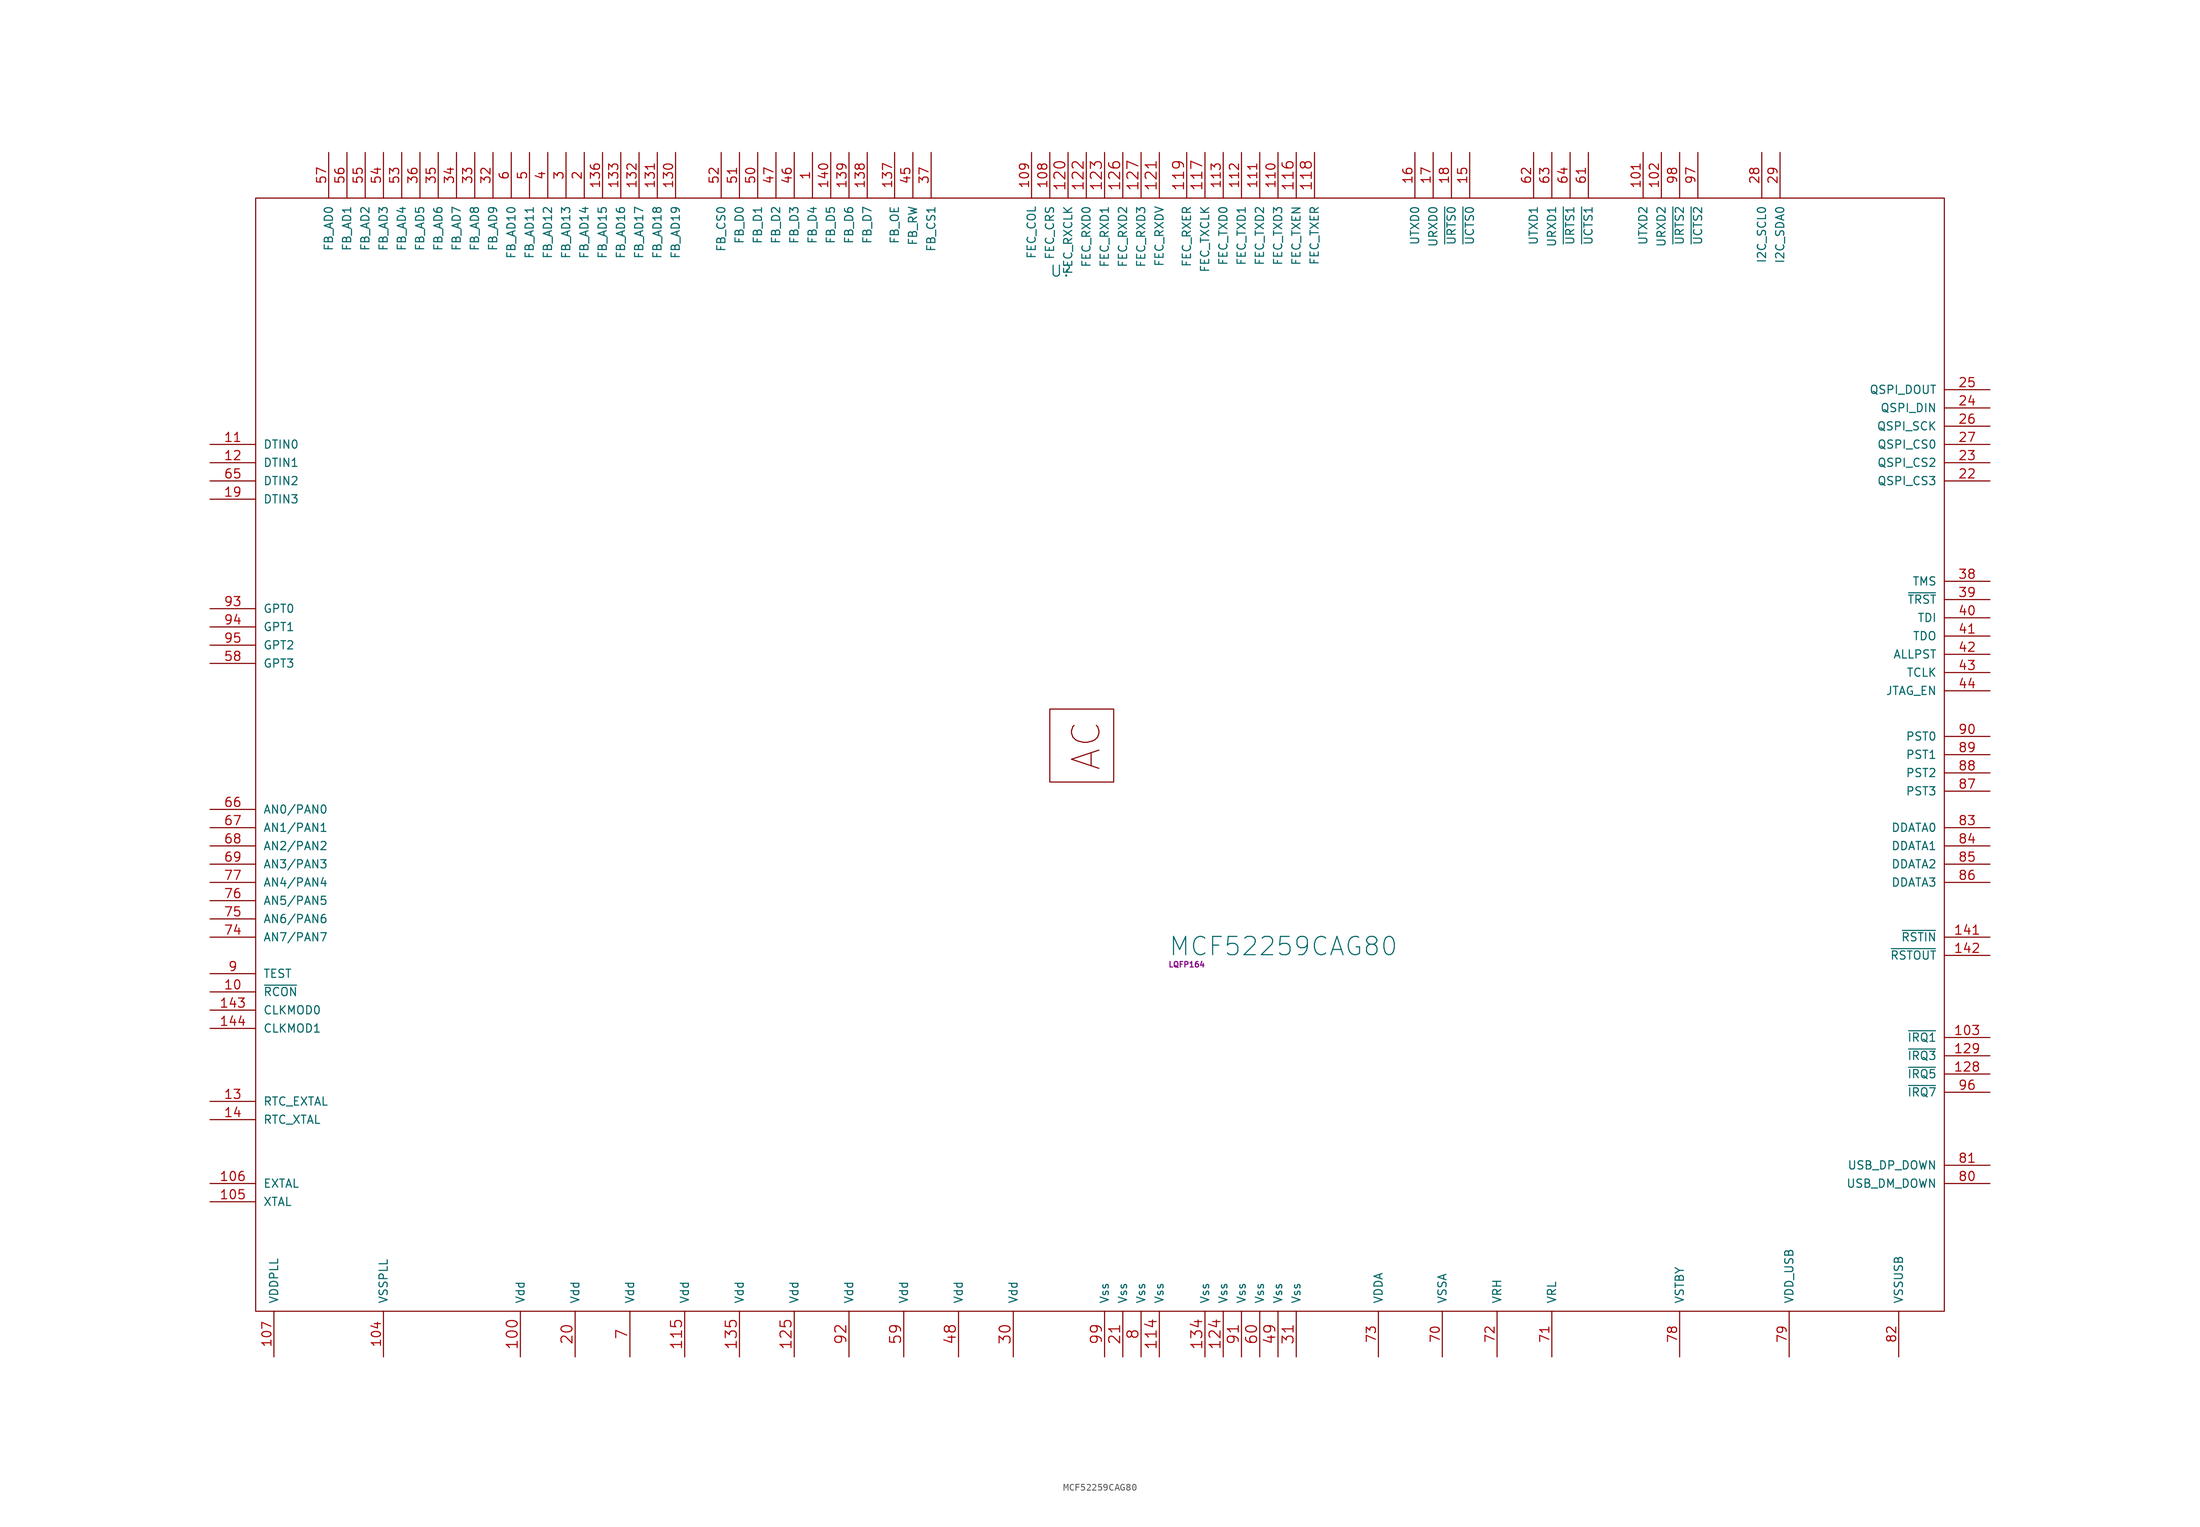
<source format=kicad_sym>
(kicad_symbol_lib
  (version 20220914)
  (generator kicad_symbol_editor)
  (symbol "MCF52259CAG80"
    (pin_names
      (offset 1.016))
    (property "Reference" "U"
      (at -5.08 66.04 0)
      (effects (font (size 1.524 1.524)) (justify left)))
    (property "Value" "MCF52259CAG80"
      (at 11.43 -27.94 0)
      (effects (font (size 2.54 2.54)) (justify left)))
    (property "Footprint" "LQFP164"
      (at 13.97 -30.48 0)
      (effects (font (size 0.762 0.762))))
    (property "Datasheet" ""
      (at 0 0 0)
      (effects (font (size 1.524 1.524))))
    (symbol "MCF52259CAG80_0_0"
      (polyline (pts (xy 3.81 -5.08) (xy -5.08 -5.08) (xy -5.08 5.08) (xy 3.81 5.08) (xy 3.81 -5.08) (xy 3.81 -5.08)) (stroke (width 0) (type default)) (fill (type none)))
      (text "AC" (at 0 0 900) (effects (font (size 3.81 3.81)))))
    (symbol "MCF52259CAG80_0_1"
      (polyline (pts (xy -113.03 76.2) (xy 119.38 76.2) (xy 119.38 -78.74) (xy -115.57 -78.74) (xy -115.57 76.2) (xy -113.03 76.2) (xy -113.03 76.2)) (stroke (width 0) (type default)) (fill (type none))))
    (symbol "MCF52259CAG80_1_1"
      (pin bidirectional line (at -38.1 82.55 270) (length 6.35) (name "FB_D4" (effects (font (size 1.143 1.143)))) (number "1" (effects (font (size 1.27 1.27)))))
      (pin input line (at -121.92 -34.29 0) (length 6.35) (name "~{RCON}" (effects (font (size 1.143 1.143)))) (number "10" (effects (font (size 1.27 1.27)))))
      (pin power_in line (at -78.74 -85.09 90) (length 6.35) (name "Vdd" (effects (font (size 1.143 1.143)))) (number "100" (effects (font (size 1.524 1.524)))))
      (pin bidirectional line (at 77.47 82.55 270) (length 6.35) (name "UTXD2" (effects (font (size 1.143 1.143)))) (number "101" (effects (font (size 1.27 1.27)))))
      (pin bidirectional line (at 80.01 82.55 270) (length 6.35) (name "URXD2" (effects (font (size 1.143 1.143)))) (number "102" (effects (font (size 1.27 1.27)))))
      (pin bidirectional line (at 125.73 -40.64 180) (length 6.35) (name "~{IRQ1}" (effects (font (size 1.143 1.143)))) (number "103" (effects (font (size 1.27 1.27)))))
      (pin passive line (at -97.79 -85.09 90) (length 6.35) (name "VSSPLL" (effects (font (size 1.143 1.143)))) (number "104" (effects (font (size 1.27 1.27)))))
      (pin bidirectional line (at -121.92 -63.5 0) (length 6.35) (name "XTAL" (effects (font (size 1.143 1.143)))) (number "105" (effects (font (size 1.27 1.27)))))
      (pin bidirectional line (at -121.92 -60.96 0) (length 6.35) (name "EXTAL" (effects (font (size 1.143 1.143)))) (number "106" (effects (font (size 1.27 1.27)))))
      (pin passive line (at -113.03 -85.09 90) (length 6.35) (name "VDDPLL" (effects (font (size 1.143 1.143)))) (number "107" (effects (font (size 1.27 1.27)))))
      (pin passive line (at -5.08 82.55 270) (length 6.35) (name "FEC_CRS" (effects (font (size 1.143 1.143)))) (number "108" (effects (font (size 1.27 1.27)))))
      (pin passive line (at -7.62 82.55 270) (length 6.35) (name "FEC_COL" (effects (font (size 1.143 1.143)))) (number "109" (effects (font (size 1.27 1.27)))))
      (pin bidirectional line (at -121.92 41.91 0) (length 6.35) (name "DTIN0" (effects (font (size 1.143 1.143)))) (number "11" (effects (font (size 1.27 1.27)))))
      (pin passive line (at 26.67 82.55 270) (length 6.35) (name "FEC_TXD3" (effects (font (size 1.143 1.143)))) (number "110" (effects (font (size 1.27 1.27)))))
      (pin passive line (at 24.13 82.55 270) (length 6.35) (name "FEC_TXD2" (effects (font (size 1.143 1.143)))) (number "111" (effects (font (size 1.27 1.27)))))
      (pin passive line (at 21.59 82.55 270) (length 6.35) (name "FEC_TXD1" (effects (font (size 1.143 1.143)))) (number "112" (effects (font (size 1.27 1.27)))))
      (pin passive line (at 19.05 82.55 270) (length 6.35) (name "FEC_TXD0" (effects (font (size 1.143 1.143)))) (number "113" (effects (font (size 1.27 1.27)))))
      (pin power_in line (at 10.16 -85.09 90) (length 6.35) (name "Vss" (effects (font (size 1.143 1.143)))) (number "114" (effects (font (size 1.524 1.524)))))
      (pin power_in line (at -55.88 -85.09 90) (length 6.35) (name "Vdd" (effects (font (size 1.143 1.143)))) (number "115" (effects (font (size 1.524 1.524)))))
      (pin passive line (at 29.21 82.55 270) (length 6.35) (name "FEC_TXEN" (effects (font (size 1.143 1.143)))) (number "116" (effects (font (size 1.524 1.524)))))
      (pin passive line (at 16.51 82.55 270) (length 6.35) (name "FEC_TXCLK" (effects (font (size 1.143 1.143)))) (number "117" (effects (font (size 1.524 1.524)))))
      (pin passive line (at 31.75 82.55 270) (length 6.35) (name "FEC_TXER" (effects (font (size 1.143 1.143)))) (number "118" (effects (font (size 1.524 1.524)))))
      (pin passive line (at 13.97 82.55 270) (length 6.35) (name "FEC_RXER" (effects (font (size 1.143 1.143)))) (number "119" (effects (font (size 1.524 1.524)))))
      (pin bidirectional line (at -121.92 39.37 0) (length 6.35) (name "DTIN1" (effects (font (size 1.143 1.143)))) (number "12" (effects (font (size 1.27 1.27)))))
      (pin passive line (at -2.54 82.55 270) (length 6.35) (name "FEC_RXCLK" (effects (font (size 1.143 1.143)))) (number "120" (effects (font (size 1.524 1.524)))))
      (pin passive line (at 10.16 82.55 270) (length 6.35) (name "FEC_RXDV" (effects (font (size 1.143 1.143)))) (number "121" (effects (font (size 1.524 1.524)))))
      (pin passive line (at 0 82.55 270) (length 6.35) (name "FEC_RXD0" (effects (font (size 1.143 1.143)))) (number "122" (effects (font (size 1.524 1.524)))))
      (pin passive line (at 2.54 82.55 270) (length 6.35) (name "FEC_RXD1" (effects (font (size 1.143 1.143)))) (number "123" (effects (font (size 1.524 1.524)))))
      (pin power_in line (at 19.05 -85.09 90) (length 6.35) (name "Vss" (effects (font (size 1.143 1.143)))) (number "124" (effects (font (size 1.524 1.524)))))
      (pin power_in line (at -40.64 -85.09 90) (length 6.35) (name "Vdd" (effects (font (size 1.143 1.143)))) (number "125" (effects (font (size 1.524 1.524)))))
      (pin passive line (at 5.08 82.55 270) (length 6.35) (name "FEC_RXD2" (effects (font (size 1.143 1.143)))) (number "126" (effects (font (size 1.524 1.524)))))
      (pin passive line (at 7.62 82.55 270) (length 6.35) (name "FEC_RXD3" (effects (font (size 1.143 1.143)))) (number "127" (effects (font (size 1.524 1.524)))))
      (pin bidirectional line (at 125.73 -45.72 180) (length 6.35) (name "~{IRQ5}" (effects (font (size 1.143 1.143)))) (number "128" (effects (font (size 1.27 1.27)))))
      (pin bidirectional line (at 125.73 -43.18 180) (length 6.35) (name "~{IRQ3}" (effects (font (size 1.143 1.143)))) (number "129" (effects (font (size 1.27 1.27)))))
      (pin bidirectional line (at -121.92 -49.53 0) (length 6.35) (name "RTC_EXTAL" (effects (font (size 1.143 1.143)))) (number "13" (effects (font (size 1.27 1.27)))))
      (pin bidirectional line (at -57.15 82.55 270) (length 6.35) (name "FB_AD19" (effects (font (size 1.143 1.143)))) (number "130" (effects (font (size 1.27 1.27)))))
      (pin bidirectional line (at -59.69 82.55 270) (length 6.35) (name "FB_AD18" (effects (font (size 1.143 1.143)))) (number "131" (effects (font (size 1.27 1.27)))))
      (pin bidirectional line (at -62.23 82.55 270) (length 6.35) (name "FB_AD17" (effects (font (size 1.143 1.143)))) (number "132" (effects (font (size 1.27 1.27)))))
      (pin bidirectional line (at -64.77 82.55 270) (length 6.35) (name "FB_AD16" (effects (font (size 1.143 1.143)))) (number "133" (effects (font (size 1.27 1.27)))))
      (pin power_in line (at 16.51 -85.09 90) (length 6.35) (name "Vss" (effects (font (size 1.143 1.143)))) (number "134" (effects (font (size 1.524 1.524)))))
      (pin passive line (at -48.26 -85.09 90) (length 6.35) (name "Vdd" (effects (font (size 1.143 1.143)))) (number "135" (effects (font (size 1.524 1.524)))))
      (pin bidirectional line (at -67.31 82.55 270) (length 6.35) (name "FB_AD15" (effects (font (size 1.143 1.143)))) (number "136" (effects (font (size 1.27 1.27)))))
      (pin bidirectional line (at -26.67 82.55 270) (length 6.35) (name "FB_OE" (effects (font (size 1.143 1.143)))) (number "137" (effects (font (size 1.27 1.27)))))
      (pin bidirectional line (at -30.48 82.55 270) (length 6.35) (name "FB_D7" (effects (font (size 1.143 1.143)))) (number "138" (effects (font (size 1.27 1.27)))))
      (pin bidirectional line (at -33.02 82.55 270) (length 6.35) (name "FB_D6" (effects (font (size 1.143 1.143)))) (number "139" (effects (font (size 1.27 1.27)))))
      (pin bidirectional line (at -121.92 -52.07 0) (length 6.35) (name "RTC_XTAL" (effects (font (size 1.143 1.143)))) (number "14" (effects (font (size 1.27 1.27)))))
      (pin bidirectional line (at -35.56 82.55 270) (length 6.35) (name "FB_D5" (effects (font (size 1.143 1.143)))) (number "140" (effects (font (size 1.27 1.27)))))
      (pin input line (at 125.73 -26.67 180) (length 6.35) (name "~{RSTIN}" (effects (font (size 1.143 1.143)))) (number "141" (effects (font (size 1.27 1.27)))))
      (pin bidirectional line (at 125.73 -29.21 180) (length 6.35) (name "~{RSTOUT}" (effects (font (size 1.143 1.143)))) (number "142" (effects (font (size 1.27 1.27)))))
      (pin input line (at -121.92 -36.83 0) (length 6.35) (name "CLKMOD0" (effects (font (size 1.143 1.143)))) (number "143" (effects (font (size 1.27 1.27)))))
      (pin input line (at -121.92 -39.37 0) (length 6.35) (name "CLKMOD1" (effects (font (size 1.143 1.143)))) (number "144" (effects (font (size 1.27 1.27)))))
      (pin bidirectional line (at 53.34 82.55 270) (length 6.35) (name "~{UCTS0}" (effects (font (size 1.143 1.143)))) (number "15" (effects (font (size 1.27 1.27)))))
      (pin bidirectional line (at 45.72 82.55 270) (length 6.35) (name "UTXD0" (effects (font (size 1.143 1.143)))) (number "16" (effects (font (size 1.27 1.27)))))
      (pin bidirectional line (at 48.26 82.55 270) (length 6.35) (name "URXD0" (effects (font (size 1.143 1.143)))) (number "17" (effects (font (size 1.27 1.27)))))
      (pin bidirectional line (at 50.8 82.55 270) (length 6.35) (name "~{URTS0}" (effects (font (size 1.143 1.143)))) (number "18" (effects (font (size 1.27 1.27)))))
      (pin bidirectional line (at -121.92 34.29 0) (length 6.35) (name "DTIN3" (effects (font (size 1.143 1.143)))) (number "19" (effects (font (size 1.27 1.27)))))
      (pin bidirectional line (at -69.85 82.55 270) (length 6.35) (name "FB_AD14" (effects (font (size 1.143 1.143)))) (number "2" (effects (font (size 1.27 1.27)))))
      (pin power_in line (at -71.12 -85.09 90) (length 6.35) (name "Vdd" (effects (font (size 1.143 1.143)))) (number "20" (effects (font (size 1.524 1.524)))))
      (pin power_in line (at 5.08 -85.09 90) (length 6.35) (name "Vss" (effects (font (size 1.143 1.143)))) (number "21" (effects (font (size 1.524 1.524)))))
      (pin passive line (at 125.73 36.83 180) (length 6.35) (name "QSPI_CS3" (effects (font (size 1.143 1.143)))) (number "22" (effects (font (size 1.27 1.27)))))
      (pin passive line (at 125.73 39.37 180) (length 6.35) (name "QSPI_CS2" (effects (font (size 1.143 1.143)))) (number "23" (effects (font (size 1.27 1.27)))))
      (pin passive line (at 125.73 46.99 180) (length 6.35) (name "QSPI_DIN" (effects (font (size 1.143 1.143)))) (number "24" (effects (font (size 1.27 1.27)))))
      (pin passive line (at 125.73 49.53 180) (length 6.35) (name "QSPI_DOUT" (effects (font (size 1.143 1.143)))) (number "25" (effects (font (size 1.27 1.27)))))
      (pin passive line (at 125.73 44.45 180) (length 6.35) (name "QSPI_SCK" (effects (font (size 1.143 1.143)))) (number "26" (effects (font (size 1.27 1.27)))))
      (pin passive line (at 125.73 41.91 180) (length 6.35) (name "QSPI_CS0" (effects (font (size 1.143 1.143)))) (number "27" (effects (font (size 1.27 1.27)))))
      (pin bidirectional line (at 93.98 82.55 270) (length 6.35) (name "I2C_SCL0" (effects (font (size 1.143 1.143)))) (number "28" (effects (font (size 1.27 1.27)))))
      (pin bidirectional line (at 96.52 82.55 270) (length 6.35) (name "I2C_SDA0" (effects (font (size 1.143 1.143)))) (number "29" (effects (font (size 1.27 1.27)))))
      (pin bidirectional line (at -72.39 82.55 270) (length 6.35) (name "FB_AD13" (effects (font (size 1.143 1.143)))) (number "3" (effects (font (size 1.27 1.27)))))
      (pin power_in line (at -10.16 -85.09 90) (length 6.35) (name "Vdd" (effects (font (size 1.143 1.143)))) (number "30" (effects (font (size 1.524 1.524)))))
      (pin power_in line (at 29.21 -85.09 90) (length 6.35) (name "Vss" (effects (font (size 1.143 1.143)))) (number "31" (effects (font (size 1.524 1.524)))))
      (pin bidirectional line (at -82.55 82.55 270) (length 6.35) (name "FB_AD9" (effects (font (size 1.143 1.143)))) (number "32" (effects (font (size 1.27 1.27)))))
      (pin bidirectional line (at -85.09 82.55 270) (length 6.35) (name "FB_AD8" (effects (font (size 1.143 1.143)))) (number "33" (effects (font (size 1.27 1.27)))))
      (pin bidirectional line (at -87.63 82.55 270) (length 6.35) (name "FB_AD7" (effects (font (size 1.143 1.143)))) (number "34" (effects (font (size 1.27 1.27)))))
      (pin bidirectional line (at -90.17 82.55 270) (length 6.35) (name "FB_AD6" (effects (font (size 1.143 1.143)))) (number "35" (effects (font (size 1.27 1.27)))))
      (pin bidirectional line (at -92.71 82.55 270) (length 6.35) (name "FB_AD5" (effects (font (size 1.143 1.143)))) (number "36" (effects (font (size 1.27 1.27)))))
      (pin bidirectional line (at -21.59 82.55 270) (length 6.35) (name "FB_CS1" (effects (font (size 1.143 1.143)))) (number "37" (effects (font (size 1.27 1.27)))))
      (pin input line (at 125.73 22.86 180) (length 6.35) (name "TMS" (effects (font (size 1.143 1.143)))) (number "38" (effects (font (size 1.27 1.27)))))
      (pin input line (at 125.73 20.32 180) (length 6.35) (name "~{TRST}" (effects (font (size 1.143 1.143)))) (number "39" (effects (font (size 1.27 1.27)))))
      (pin bidirectional line (at -74.93 82.55 270) (length 6.35) (name "FB_AD12" (effects (font (size 1.143 1.143)))) (number "4" (effects (font (size 1.27 1.27)))))
      (pin input line (at 125.73 17.78 180) (length 6.35) (name "TDI" (effects (font (size 1.143 1.143)))) (number "40" (effects (font (size 1.27 1.27)))))
      (pin bidirectional line (at 125.73 15.24 180) (length 6.35) (name "TDO" (effects (font (size 1.143 1.143)))) (number "41" (effects (font (size 1.27 1.27)))))
      (pin bidirectional line (at 125.73 12.7 180) (length 6.35) (name "ALLPST" (effects (font (size 1.143 1.143)))) (number "42" (effects (font (size 1.27 1.27)))))
      (pin input line (at 125.73 10.16 180) (length 6.35) (name "TCLK" (effects (font (size 1.143 1.143)))) (number "43" (effects (font (size 1.27 1.27)))))
      (pin input line (at 125.73 7.62 180) (length 6.35) (name "JTAG_EN" (effects (font (size 1.143 1.143)))) (number "44" (effects (font (size 1.27 1.27)))))
      (pin bidirectional line (at -24.13 82.55 270) (length 6.35) (name "FB_RW" (effects (font (size 1.143 1.143)))) (number "45" (effects (font (size 1.27 1.27)))))
      (pin bidirectional line (at -40.64 82.55 270) (length 6.35) (name "FB_D3" (effects (font (size 1.143 1.143)))) (number "46" (effects (font (size 1.27 1.27)))))
      (pin bidirectional line (at -43.18 82.55 270) (length 6.35) (name "FB_D2" (effects (font (size 1.143 1.143)))) (number "47" (effects (font (size 1.27 1.27)))))
      (pin passive line (at -17.78 -85.09 90) (length 6.35) (name "Vdd" (effects (font (size 1.143 1.143)))) (number "48" (effects (font (size 1.524 1.524)))))
      (pin power_in line (at 26.67 -85.09 90) (length 6.35) (name "Vss" (effects (font (size 1.143 1.143)))) (number "49" (effects (font (size 1.524 1.524)))))
      (pin bidirectional line (at -77.47 82.55 270) (length 6.35) (name "FB_AD11" (effects (font (size 1.143 1.143)))) (number "5" (effects (font (size 1.27 1.27)))))
      (pin bidirectional line (at -45.72 82.55 270) (length 6.35) (name "FB_D1" (effects (font (size 1.143 1.143)))) (number "50" (effects (font (size 1.27 1.27)))))
      (pin bidirectional line (at -48.26 82.55 270) (length 6.35) (name "FB_D0" (effects (font (size 1.143 1.143)))) (number "51" (effects (font (size 1.27 1.27)))))
      (pin bidirectional line (at -50.8 82.55 270) (length 6.35) (name "FB_CS0" (effects (font (size 1.143 1.143)))) (number "52" (effects (font (size 1.27 1.27)))))
      (pin bidirectional line (at -95.25 82.55 270) (length 6.35) (name "FB_AD4" (effects (font (size 1.143 1.143)))) (number "53" (effects (font (size 1.27 1.27)))))
      (pin bidirectional line (at -97.79 82.55 270) (length 6.35) (name "FB_AD3" (effects (font (size 1.143 1.143)))) (number "54" (effects (font (size 1.27 1.27)))))
      (pin bidirectional line (at -100.33 82.55 270) (length 6.35) (name "FB_AD2" (effects (font (size 1.143 1.143)))) (number "55" (effects (font (size 1.27 1.27)))))
      (pin bidirectional line (at -102.87 82.55 270) (length 6.35) (name "FB_AD1" (effects (font (size 1.143 1.143)))) (number "56" (effects (font (size 1.27 1.27)))))
      (pin bidirectional line (at -105.41 82.55 270) (length 6.35) (name "FB_AD0" (effects (font (size 1.143 1.143)))) (number "57" (effects (font (size 1.27 1.27)))))
      (pin bidirectional line (at -121.92 11.43 0) (length 6.35) (name "GPT3" (effects (font (size 1.143 1.143)))) (number "58" (effects (font (size 1.27 1.27)))))
      (pin power_in line (at -25.4 -85.09 90) (length 6.35) (name "Vdd" (effects (font (size 1.143 1.143)))) (number "59" (effects (font (size 1.524 1.524)))))
      (pin bidirectional line (at -80.01 82.55 270) (length 6.35) (name "FB_AD10" (effects (font (size 1.143 1.143)))) (number "6" (effects (font (size 1.27 1.27)))))
      (pin power_in line (at 24.13 -85.09 90) (length 6.35) (name "Vss" (effects (font (size 1.143 1.143)))) (number "60" (effects (font (size 1.524 1.524)))))
      (pin bidirectional line (at 69.85 82.55 270) (length 6.35) (name "~{UCTS1}" (effects (font (size 1.143 1.143)))) (number "61" (effects (font (size 1.27 1.27)))))
      (pin bidirectional line (at 62.23 82.55 270) (length 6.35) (name "UTXD1" (effects (font (size 1.143 1.143)))) (number "62" (effects (font (size 1.27 1.27)))))
      (pin bidirectional line (at 64.77 82.55 270) (length 6.35) (name "URXD1" (effects (font (size 1.143 1.143)))) (number "63" (effects (font (size 1.27 1.27)))))
      (pin bidirectional line (at 67.31 82.55 270) (length 6.35) (name "~{URTS1}" (effects (font (size 1.143 1.143)))) (number "64" (effects (font (size 1.27 1.27)))))
      (pin bidirectional line (at -121.92 36.83 0) (length 6.35) (name "DTIN2" (effects (font (size 1.143 1.143)))) (number "65" (effects (font (size 1.27 1.27)))))
      (pin bidirectional line (at -121.92 -8.89 0) (length 6.35) (name "AN0/PAN0" (effects (font (size 1.143 1.143)))) (number "66" (effects (font (size 1.27 1.27)))))
      (pin bidirectional line (at -121.92 -11.43 0) (length 6.35) (name "AN1/PAN1" (effects (font (size 1.143 1.143)))) (number "67" (effects (font (size 1.27 1.27)))))
      (pin bidirectional line (at -121.92 -13.97 0) (length 6.35) (name "AN2/PAN2" (effects (font (size 1.143 1.143)))) (number "68" (effects (font (size 1.27 1.27)))))
      (pin bidirectional line (at -121.92 -16.51 0) (length 6.35) (name "AN3/PAN3" (effects (font (size 1.143 1.143)))) (number "69" (effects (font (size 1.27 1.27)))))
      (pin power_in line (at -63.5 -85.09 90) (length 6.35) (name "Vdd" (effects (font (size 1.143 1.143)))) (number "7" (effects (font (size 1.524 1.524)))))
      (pin input line (at 49.53 -85.09 90) (length 6.35) (name "VSSA" (effects (font (size 1.143 1.143)))) (number "70" (effects (font (size 1.27 1.27)))))
      (pin input line (at 64.77 -85.09 90) (length 6.35) (name "VRL" (effects (font (size 1.143 1.143)))) (number "71" (effects (font (size 1.27 1.27)))))
      (pin input line (at 57.15 -85.09 90) (length 6.35) (name "VRH" (effects (font (size 1.143 1.143)))) (number "72" (effects (font (size 1.27 1.27)))))
      (pin input line (at 40.64 -85.09 90) (length 6.35) (name "VDDA" (effects (font (size 1.143 1.143)))) (number "73" (effects (font (size 1.27 1.27)))))
      (pin bidirectional line (at -121.92 -26.67 0) (length 6.35) (name "AN7/PAN7" (effects (font (size 1.143 1.143)))) (number "74" (effects (font (size 1.27 1.27)))))
      (pin bidirectional line (at -121.92 -24.13 0) (length 6.35) (name "AN6/PAN6" (effects (font (size 1.143 1.143)))) (number "75" (effects (font (size 1.27 1.27)))))
      (pin bidirectional line (at -121.92 -21.59 0) (length 6.35) (name "AN5/PAN5" (effects (font (size 1.143 1.143)))) (number "76" (effects (font (size 1.27 1.27)))))
      (pin bidirectional line (at -121.92 -19.05 0) (length 6.35) (name "AN4/PAN4" (effects (font (size 1.143 1.143)))) (number "77" (effects (font (size 1.27 1.27)))))
      (pin bidirectional line (at 82.55 -85.09 90) (length 6.35) (name "VSTBY" (effects (font (size 1.143 1.143)))) (number "78" (effects (font (size 1.27 1.27)))))
      (pin bidirectional line (at 97.79 -85.09 90) (length 6.35) (name "VDD_USB" (effects (font (size 1.143 1.143)))) (number "79" (effects (font (size 1.27 1.27)))))
      (pin power_in line (at 7.62 -85.09 90) (length 6.35) (name "Vss" (effects (font (size 1.143 1.143)))) (number "8" (effects (font (size 1.524 1.524)))))
      (pin bidirectional line (at 125.73 -60.96 180) (length 6.35) (name "USB_DM_DOWN" (effects (font (size 1.143 1.143)))) (number "80" (effects (font (size 1.27 1.27)))))
      (pin bidirectional line (at 125.73 -58.42 180) (length 6.35) (name "USB_DP_DOWN" (effects (font (size 1.143 1.143)))) (number "81" (effects (font (size 1.27 1.27)))))
      (pin bidirectional line (at 113.03 -85.09 90) (length 6.35) (name "VSSUSB" (effects (font (size 1.143 1.143)))) (number "82" (effects (font (size 1.27 1.27)))))
      (pin output line (at 125.73 -11.43 180) (length 6.35) (name "DDATA0" (effects (font (size 1.143 1.143)))) (number "83" (effects (font (size 1.27 1.27)))))
      (pin output line (at 125.73 -13.97 180) (length 6.35) (name "DDATA1" (effects (font (size 1.143 1.143)))) (number "84" (effects (font (size 1.27 1.27)))))
      (pin output line (at 125.73 -16.51 180) (length 6.35) (name "DDATA2" (effects (font (size 1.143 1.143)))) (number "85" (effects (font (size 1.27 1.27)))))
      (pin output line (at 125.73 -19.05 180) (length 6.35) (name "DDATA3" (effects (font (size 1.143 1.143)))) (number "86" (effects (font (size 1.27 1.27)))))
      (pin output line (at 125.73 -6.35 180) (length 6.35) (name "PST3" (effects (font (size 1.143 1.143)))) (number "87" (effects (font (size 1.27 1.27)))))
      (pin output line (at 125.73 -3.81 180) (length 6.35) (name "PST2" (effects (font (size 1.143 1.143)))) (number "88" (effects (font (size 1.27 1.27)))))
      (pin output line (at 125.73 -1.27 180) (length 6.35) (name "PST1" (effects (font (size 1.143 1.143)))) (number "89" (effects (font (size 1.27 1.27)))))
      (pin input line (at -121.92 -31.75 0) (length 6.35) (name "TEST" (effects (font (size 1.143 1.143)))) (number "9" (effects (font (size 1.27 1.27)))))
      (pin output line (at 125.73 1.27 180) (length 6.35) (name "PST0" (effects (font (size 1.143 1.143)))) (number "90" (effects (font (size 1.27 1.27)))))
      (pin power_in line (at 21.59 -85.09 90) (length 6.35) (name "Vss" (effects (font (size 1.143 1.143)))) (number "91" (effects (font (size 1.524 1.524)))))
      (pin power_in line (at -33.02 -85.09 90) (length 6.35) (name "Vdd" (effects (font (size 1.143 1.143)))) (number "92" (effects (font (size 1.524 1.524)))))
      (pin bidirectional line (at -121.92 19.05 0) (length 6.35) (name "GPT0" (effects (font (size 1.143 1.143)))) (number "93" (effects (font (size 1.27 1.27)))))
      (pin bidirectional line (at -121.92 16.51 0) (length 6.35) (name "GPT1" (effects (font (size 1.143 1.143)))) (number "94" (effects (font (size 1.27 1.27)))))
      (pin bidirectional line (at -121.92 13.97 0) (length 6.35) (name "GPT2" (effects (font (size 1.143 1.143)))) (number "95" (effects (font (size 1.27 1.27)))))
      (pin bidirectional line (at 125.73 -48.26 180) (length 6.35) (name "~{IRQ7}" (effects (font (size 1.143 1.143)))) (number "96" (effects (font (size 1.27 1.27)))))
      (pin bidirectional line (at 85.09 82.55 270) (length 6.35) (name "~{UCTS2}" (effects (font (size 1.143 1.143)))) (number "97" (effects (font (size 1.27 1.27)))))
      (pin bidirectional line (at 82.55 82.55 270) (length 6.35) (name "~{URTS2}" (effects (font (size 1.143 1.143)))) (number "98" (effects (font (size 1.27 1.27)))))
      (pin power_in line (at 2.54 -85.09 90) (length 6.35) (name "Vss" (effects (font (size 1.143 1.143)))) (number "99" (effects (font (size 1.524 1.524))))))))
</source>
